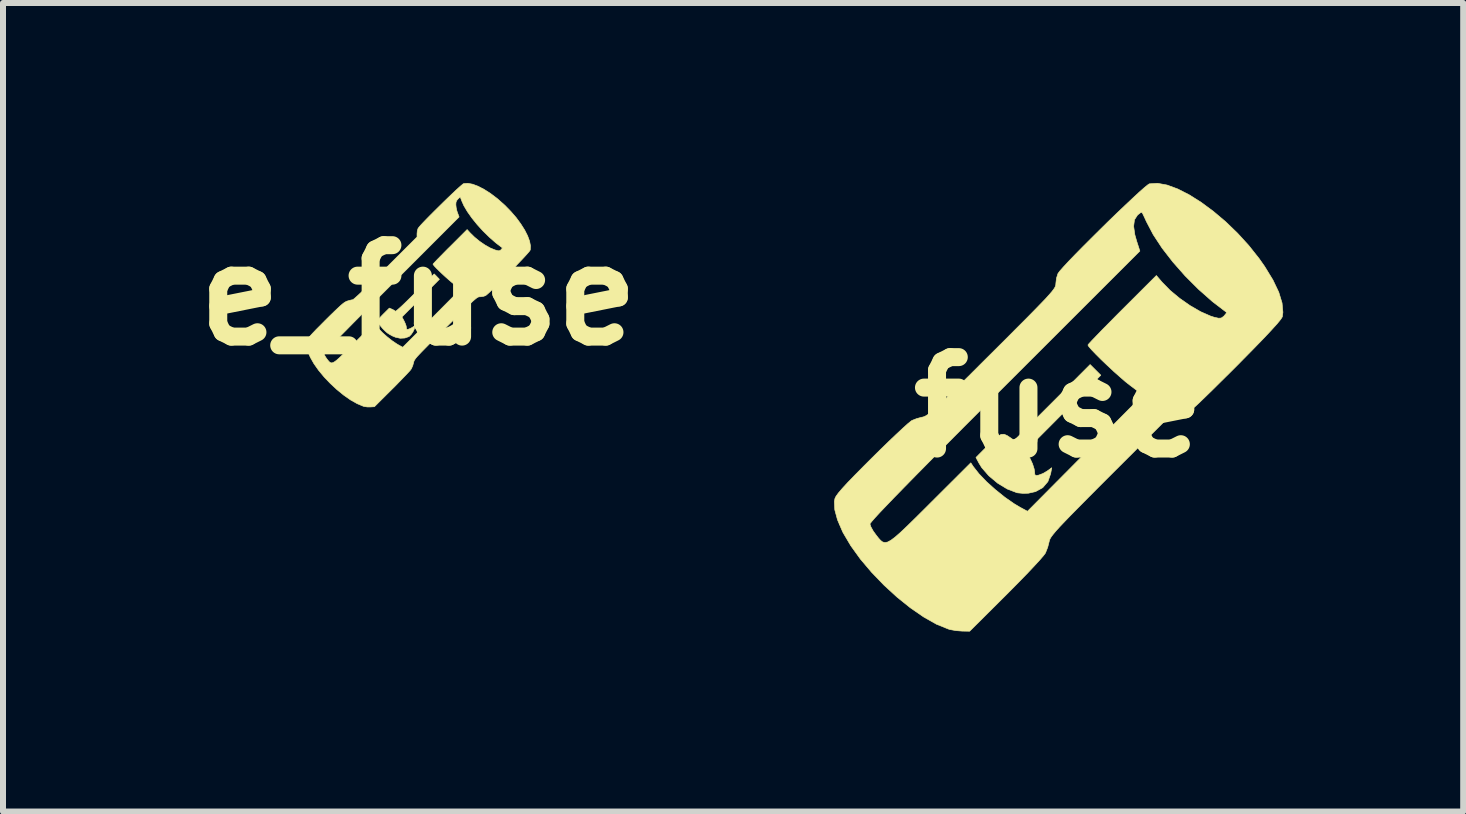
<source format=kicad_pcb>
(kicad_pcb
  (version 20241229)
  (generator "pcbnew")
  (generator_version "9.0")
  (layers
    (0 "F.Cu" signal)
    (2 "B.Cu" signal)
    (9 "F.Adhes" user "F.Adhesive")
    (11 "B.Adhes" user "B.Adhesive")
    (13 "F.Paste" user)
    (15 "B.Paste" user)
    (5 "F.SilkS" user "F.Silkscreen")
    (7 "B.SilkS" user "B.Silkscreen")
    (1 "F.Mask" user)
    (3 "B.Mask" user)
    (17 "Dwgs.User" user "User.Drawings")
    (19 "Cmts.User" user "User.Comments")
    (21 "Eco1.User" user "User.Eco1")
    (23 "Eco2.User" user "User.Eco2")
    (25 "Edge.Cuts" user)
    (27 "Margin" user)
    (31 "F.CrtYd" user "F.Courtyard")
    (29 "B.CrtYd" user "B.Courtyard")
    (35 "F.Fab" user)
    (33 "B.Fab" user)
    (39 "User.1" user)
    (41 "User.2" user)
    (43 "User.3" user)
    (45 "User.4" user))
  (footprint "fuse"
    (layer "F.Cu")
    (at 14.6 3.737)
    (property "Reference" "fuse" (at 0 0 0) (layer "F.SilkS") (effects (font (size 1.524 1.524) (thickness 0.3))))
    (attr through_hole)
    (fp_poly (pts (xy 0.698 -0.533) (xy 0.073 0.095) (xy -0.553 0.724) (xy -0.479 0.86) (xy -0.439 0.947) (xy -0.413 1.029) (xy -0.406 1.072) (xy -0.402 1.125) (xy -0.378 1.139) (xy -0.337 1.132) (xy -0.266 1.105) (xy -0.194 1.063) (xy -0.193 1.062) (xy -0.12 1.009) (xy -0.138 1.108) (xy -0.184 1.24) (xy -0.27 1.341) (xy -0.39 1.407) (xy -0.51 1.434) (xy -0.601 1.436) (xy -0.685 1.428) (xy -0.701 1.425) (xy -0.861 1.364) (xy -1.022 1.266) (xy -1.169 1.143) (xy -1.287 1.007) (xy -1.333 0.932) (xy -1.383 0.838) (xy -1.181 0.635) (xy -1.086 0.542) (xy -1.016 0.482) (xy -0.962 0.453) (xy -0.914 0.451) (xy -0.863 0.473) (xy -0.81 0.508) (xy -0.745 0.554) (xy -0.112 -0.078) (xy 0.52 -0.711) (xy 0.698 -0.533)) (stroke (width 0.01) (type solid)) (fill yes) (layer "F.SilkS"))
    (fp_poly (pts (xy 1.802 -3.703) (xy 1.979 -3.638) (xy 2.17 -3.541) (xy 2.37 -3.415) (xy 2.574 -3.264) (xy 2.778 -3.092) (xy 2.976 -2.901) (xy 3.164 -2.695) (xy 3.337 -2.477) (xy 3.429 -2.346) (xy 3.567 -2.12) (xy 3.664 -1.917) (xy 3.719 -1.737) (xy 3.733 -1.582) (xy 3.723 -1.506) (xy 3.698 -1.466) (xy 3.637 -1.391) (xy 3.539 -1.283) (xy 3.405 -1.14) (xy 3.235 -0.965) (xy 3.029 -0.756) (xy 3.002 -0.728) (xy 2.845 -0.571) (xy 2.697 -0.425) (xy 2.564 -0.293) (xy 2.448 -0.18) (xy 2.355 -0.09) (xy 2.288 -0.027) (xy 2.252 0.005) (xy 2.248 0.007) (xy 2.194 0.027) (xy 2.112 0.044) (xy 2.064 0.05) (xy 1.931 0.064) (xy 0.892 1.101) (xy 0.671 1.322) (xy 0.484 1.51) (xy 0.327 1.669) (xy 0.198 1.8) (xy 0.094 1.908) (xy 0.012 1.994) (xy -0.05 2.063) (xy -0.095 2.117) (xy -0.127 2.159) (xy -0.147 2.192) (xy -0.158 2.218) (xy -0.163 2.24) (xy -0.187 2.334) (xy -0.223 2.426) (xy -0.227 2.434) (xy -0.257 2.474) (xy -0.318 2.545) (xy -0.406 2.641) (xy -0.516 2.758) (xy -0.644 2.89) (xy -0.785 3.033) (xy -0.882 3.131) (xy -1.488 3.734) (xy -1.614 3.732) (xy -1.715 3.724) (xy -1.815 3.706) (xy -1.842 3.698) (xy -2.04 3.618) (xy -2.254 3.497) (xy -2.476 3.344) (xy -2.699 3.165) (xy -2.917 2.965) (xy -3.123 2.751) (xy -3.31 2.53) (xy -3.47 2.308) (xy -3.598 2.091) (xy -3.608 2.07) (xy -3.661 1.947) (xy -3.15 1.947) (xy -3.134 1.995) (xy -3.095 2.065) (xy -3.047 2.131) (xy -3.007 2.182) (xy -2.972 2.221) (xy -2.938 2.247) (xy -2.9 2.256) (xy -2.856 2.248) (xy -2.801 2.218) (xy -2.731 2.166) (xy -2.642 2.088) (xy -2.531 1.983) (xy -2.393 1.848) (xy -2.225 1.681) (xy -2.138 1.594) (xy -1.469 0.927) (xy -1.427 0.991) (xy -1.334 1.109) (xy -1.208 1.241) (xy -1.059 1.375) (xy -0.901 1.502) (xy -0.744 1.611) (xy -0.65 1.667) (xy -0.524 1.735) (xy 0.438 0.766) (xy 1.4 -0.203) (xy 1.189 -0.362) (xy 1.111 -0.423) (xy 1.018 -0.504) (xy 0.914 -0.596) (xy 0.809 -0.694) (xy 0.707 -0.791) (xy 0.617 -0.881) (xy 0.545 -0.956) (xy 0.498 -1.01) (xy 0.483 -1.036) (xy 0.5 -1.058) (xy 0.549 -1.111) (xy 0.626 -1.191) (xy 0.725 -1.294) (xy 0.844 -1.414) (xy 0.977 -1.549) (xy 1.053 -1.625) (xy 1.624 -2.195) (xy 1.719 -2.084) (xy 1.853 -1.947) (xy 2.013 -1.814) (xy 2.188 -1.692) (xy 2.363 -1.591) (xy 2.527 -1.519) (xy 2.589 -1.499) (xy 2.661 -1.483) (xy 2.705 -1.486) (xy 2.741 -1.511) (xy 2.752 -1.521) (xy 2.785 -1.561) (xy 2.793 -1.581) (xy 2.558 -1.761) (xy 2.326 -1.966) (xy 2.104 -2.188) (xy 1.9 -2.419) (xy 1.72 -2.651) (xy 1.572 -2.876) (xy 1.462 -3.086) (xy 1.461 -3.087) (xy 1.425 -3.166) (xy 1.397 -3.224) (xy 1.383 -3.248) (xy 1.359 -3.241) (xy 1.315 -3.207) (xy 1.308 -3.2) (xy 1.259 -3.124) (xy 1.245 -3.016) (xy 1.265 -2.875) (xy 1.297 -2.763) (xy 1.349 -2.603) (xy -0.9 -0.356) (xy -1.266 0.01) (xy -1.596 0.34) (xy -1.891 0.637) (xy -2.153 0.901) (xy -2.382 1.133) (xy -2.579 1.334) (xy -2.746 1.505) (xy -2.882 1.647) (xy -2.99 1.76) (xy -3.069 1.846) (xy -3.121 1.906) (xy -3.147 1.939) (xy -3.15 1.947) (xy -3.661 1.947) (xy -3.691 1.877) (xy -3.736 1.711) (xy -3.743 1.572) (xy -3.733 1.52) (xy -3.715 1.484) (xy -3.676 1.43) (xy -3.612 1.355) (xy -3.521 1.256) (xy -3.4 1.131) (xy -3.247 0.976) (xy -3.118 0.847) (xy -2.973 0.704) (xy -2.835 0.57) (xy -2.711 0.452) (xy -2.605 0.353) (xy -2.522 0.278) (xy -2.467 0.233) (xy -2.45 0.221) (xy -2.371 0.19) (xy -2.282 0.166) (xy -2.272 0.165) (xy -2.249 0.158) (xy -2.221 0.145) (xy -2.186 0.123) (xy -2.142 0.089) (xy -2.085 0.041) (xy -2.012 -0.025) (xy -1.921 -0.111) (xy -1.809 -0.22) (xy -1.672 -0.354) (xy -1.507 -0.516) (xy -1.313 -0.71) (xy -1.111 -0.911) (xy -0.889 -1.132) (xy -0.701 -1.321) (xy -0.543 -1.479) (xy -0.413 -1.611) (xy -0.308 -1.719) (xy -0.225 -1.805) (xy -0.163 -1.874) (xy -0.117 -1.927) (xy -0.086 -1.968) (xy -0.066 -2) (xy -0.056 -2.025) (xy -0.052 -2.047) (xy -0.051 -2.065) (xy -0.041 -2.15) (xy -0.017 -2.225) (xy -0.015 -2.23) (xy 0.016 -2.271) (xy 0.077 -2.34) (xy 0.164 -2.434) (xy 0.273 -2.547) (xy 0.398 -2.674) (xy 0.536 -2.812) (xy 0.68 -2.955) (xy 0.826 -3.099) (xy 0.97 -3.238) (xy 1.107 -3.368) (xy 1.231 -3.485) (xy 1.338 -3.584) (xy 1.424 -3.66) (xy 1.482 -3.707) (xy 1.507 -3.723) (xy 1.643 -3.732) (xy 1.802 -3.703)) (stroke (width 0.01) (type solid)) (fill yes) (layer "F.SilkS")))
  (footprint "e_fuse"
    (layer "F.Cu")
    (at 3.926 1.871)
    (property "Reference" "e_fuse" (at 0 0 0) (layer "F.SilkS") (effects (font (size 1.524 1.524) (thickness 0.3))))
    (attr through_hole)
    (fp_poly (pts (xy 0.305 -0.311) (xy 0.348 -0.266) (xy 0.036 0.048) (xy -0.276 0.362) (xy -0.24 0.43) (xy -0.22 0.474) (xy -0.206 0.514) (xy -0.203 0.536) (xy -0.201 0.562) (xy -0.189 0.57) (xy -0.168 0.566) (xy -0.132 0.552) (xy -0.098 0.532) (xy -0.075 0.517) (xy -0.065 0.516) (xy -0.064 0.53) (xy -0.064 0.53) (xy -0.072 0.567) (xy -0.094 0.612) (xy -0.123 0.654) (xy -0.153 0.684) (xy -0.16 0.689) (xy -0.228 0.713) (xy -0.306 0.717) (xy -0.384 0.7) (xy -0.437 0.678) (xy -0.492 0.647) (xy -0.522 0.627) (xy -0.557 0.596) (xy -0.596 0.557) (xy -0.632 0.514) (xy -0.662 0.474) (xy -0.681 0.442) (xy -0.686 0.426) (xy -0.677 0.412) (xy -0.654 0.385) (xy -0.62 0.348) (xy -0.586 0.313) (xy -0.486 0.214) (xy -0.442 0.233) (xy -0.41 0.249) (xy -0.389 0.264) (xy -0.387 0.267) (xy -0.376 0.263) (xy -0.347 0.24) (xy -0.301 0.199) (xy -0.238 0.14) (xy -0.158 0.062) (xy -0.062 -0.033) (xy -0.058 -0.037) (xy 0.261 -0.356) (xy 0.305 -0.311)) (stroke (width 0.01) (type solid)) (fill yes) (layer "F.SilkS"))
    (fp_poly (pts (xy 0.901 -1.851) (xy 0.992 -1.817) (xy 1.092 -1.765) (xy 1.199 -1.697) (xy 1.311 -1.612) (xy 1.333 -1.593) (xy 1.441 -1.497) (xy 1.54 -1.395) (xy 1.629 -1.292) (xy 1.705 -1.188) (xy 1.769 -1.087) (xy 1.818 -0.99) (xy 1.851 -0.901) (xy 1.866 -0.822) (xy 1.862 -0.754) (xy 1.861 -0.753) (xy 1.851 -0.737) (xy 1.824 -0.705) (xy 1.784 -0.66) (xy 1.733 -0.605) (xy 1.673 -0.542) (xy 1.607 -0.473) (xy 1.537 -0.401) (xy 1.465 -0.327) (xy 1.394 -0.256) (xy 1.326 -0.188) (xy 1.263 -0.126) (xy 1.208 -0.074) (xy 1.163 -0.032) (xy 1.131 -0.004) (xy 1.115 0.007) (xy 1.08 0.019) (xy 1.036 0.025) (xy 1.027 0.025) (xy 1.016 0.026) (xy 1.005 0.027) (xy 0.992 0.032) (xy 0.977 0.04) (xy 0.958 0.054) (xy 0.933 0.075) (xy 0.901 0.103) (xy 0.86 0.142) (xy 0.809 0.191) (xy 0.746 0.252) (xy 0.67 0.327) (xy 0.579 0.417) (xy 0.471 0.524) (xy 0.452 0.543) (xy 0.342 0.652) (xy 0.248 0.745) (xy 0.17 0.823) (xy 0.106 0.888) (xy 0.054 0.941) (xy 0.013 0.984) (xy -0.019 1.018) (xy -0.042 1.045) (xy -0.058 1.067) (xy -0.069 1.084) (xy -0.076 1.099) (xy -0.08 1.112) (xy -0.083 1.124) (xy -0.096 1.172) (xy -0.116 1.218) (xy -0.124 1.232) (xy -0.139 1.252) (xy -0.171 1.287) (xy -0.215 1.334) (xy -0.271 1.392) (xy -0.335 1.458) (xy -0.404 1.529) (xy -0.443 1.567) (xy -0.735 1.858) (xy -0.802 1.862) (xy -0.853 1.862) (xy -0.903 1.855) (xy -0.921 1.85) (xy -1.023 1.807) (xy -1.133 1.745) (xy -1.246 1.666) (xy -1.359 1.574) (xy -1.469 1.472) (xy -1.572 1.364) (xy -1.665 1.252) (xy -1.744 1.14) (xy -1.804 1.034) (xy -1.83 0.974) (xy -1.575 0.974) (xy -1.567 0.998) (xy -1.547 1.033) (xy -1.524 1.066) (xy -1.504 1.091) (xy -1.486 1.111) (xy -1.469 1.123) (xy -1.45 1.128) (xy -1.428 1.124) (xy -1.4 1.109) (xy -1.365 1.083) (xy -1.321 1.044) (xy -1.266 0.991) (xy -1.197 0.923) (xy -1.113 0.839) (xy -1.07 0.797) (xy -0.737 0.464) (xy -0.715 0.495) (xy -0.665 0.558) (xy -0.599 0.626) (xy -0.522 0.694) (xy -0.441 0.758) (xy -0.361 0.812) (xy -0.325 0.833) (xy -0.263 0.867) (xy 0.22 0.383) (xy 0.702 -0.102) (xy 0.589 -0.187) (xy 0.548 -0.22) (xy 0.5 -0.261) (xy 0.447 -0.308) (xy 0.394 -0.357) (xy 0.344 -0.405) (xy 0.3 -0.448) (xy 0.266 -0.484) (xy 0.246 -0.509) (xy 0.241 -0.518) (xy 0.25 -0.529) (xy 0.274 -0.555) (xy 0.313 -0.596) (xy 0.363 -0.647) (xy 0.422 -0.707) (xy 0.488 -0.774) (xy 0.526 -0.811) (xy 0.81 -1.095) (xy 0.859 -1.041) (xy 0.932 -0.969) (xy 1.016 -0.9) (xy 1.105 -0.839) (xy 1.193 -0.789) (xy 1.275 -0.755) (xy 1.294 -0.75) (xy 1.33 -0.741) (xy 1.352 -0.743) (xy 1.371 -0.755) (xy 1.376 -0.761) (xy 1.393 -0.78) (xy 1.396 -0.791) (xy 1.287 -0.874) (xy 1.179 -0.969) (xy 1.074 -1.072) (xy 0.976 -1.18) (xy 0.889 -1.288) (xy 0.814 -1.394) (xy 0.755 -1.494) (xy 0.723 -1.566) (xy 0.695 -1.639) (xy 0.658 -1.605) (xy 0.635 -1.577) (xy 0.624 -1.546) (xy 0.622 -1.509) (xy 0.627 -1.462) (xy 0.639 -1.407) (xy 0.649 -1.377) (xy 0.676 -1.305) (xy -0.449 -0.179) (xy -0.633 0.005) (xy -0.799 0.171) (xy -0.947 0.32) (xy -1.079 0.453) (xy -1.194 0.57) (xy -1.294 0.671) (xy -1.377 0.757) (xy -1.445 0.828) (xy -1.499 0.884) (xy -1.538 0.927) (xy -1.563 0.956) (xy -1.574 0.971) (xy -1.575 0.974) (xy -1.83 0.974) (xy -1.846 0.936) (xy -1.868 0.852) (xy -1.871 0.783) (xy -1.866 0.76) (xy -1.858 0.742) (xy -1.839 0.716) (xy -1.808 0.68) (xy -1.764 0.632) (xy -1.706 0.571) (xy -1.631 0.496) (xy -1.553 0.417) (xy -1.469 0.334) (xy -1.4 0.267) (xy -1.345 0.215) (xy -1.302 0.175) (xy -1.267 0.145) (xy -1.24 0.124) (xy -1.217 0.11) (xy -1.197 0.1) (xy -1.188 0.097) (xy -1.147 0.085) (xy -1.112 0.077) (xy -1.1 0.076) (xy -1.084 0.067) (xy -1.051 0.039) (xy -1.001 -0.006) (xy -0.933 -0.07) (xy -0.848 -0.153) (xy -0.745 -0.253) (xy -0.626 -0.372) (xy -0.55 -0.447) (xy -0.025 -0.971) (xy -0.025 -1.026) (xy -0.021 -1.069) (xy -0.01 -1.108) (xy -0.007 -1.115) (xy 0.008 -1.135) (xy 0.038 -1.17) (xy 0.082 -1.217) (xy 0.136 -1.273) (xy 0.199 -1.337) (xy 0.268 -1.406) (xy 0.34 -1.477) (xy 0.413 -1.549) (xy 0.485 -1.619) (xy 0.553 -1.684) (xy 0.615 -1.743) (xy 0.669 -1.792) (xy 0.712 -1.83) (xy 0.741 -1.854) (xy 0.753 -1.861) (xy 0.821 -1.866) (xy 0.901 -1.851)) (stroke (width 0.01) (type solid)) (fill yes) (layer "F.SilkS")))
  (gr_rect
    (start -3 -3)
    (end 21.338 10.476)
    (stroke (width 0.1) (type default))
    (fill no)
    (layer "Edge.Cuts")))
</source>
